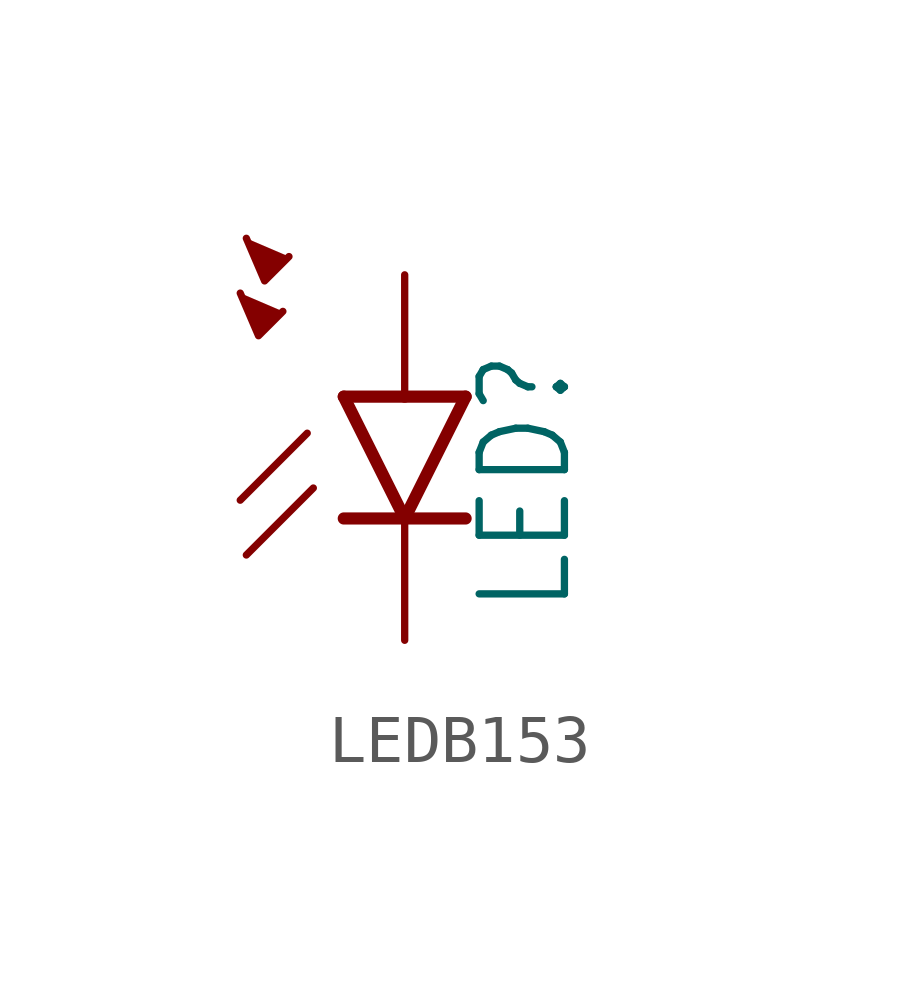
<source format=kicad_sym>
(kicad_symbol_lib
  (version 20241209)
  (generator "kicad_symbol_editor")
  (generator_version "9.0")
  (symbol "LEDB153"
    (property "Reference" "LED"
      (at 3.556 -4.572 90)
      (effects (font (size 1.778 1.511)) (justify left bottom)))
    (property "Value" ""
      (at 5.715 -4.572 90)
      (effects (font (size 1.778 1.511)) (justify left bottom)))
    (property "ki_locked" ""
      (at 0 0 0)
      (effects (font (size 1.27 1.27))))
    (symbol "LEDB153_1_0"
      (polyline (pts (xy -3.429 2.159) (xy -3.048 1.27) (xy -2.54 1.778)) (stroke (width 0.152) (type solid)) (fill (type outline)))
      (polyline (pts (xy -3.302 3.302) (xy -2.921 2.413) (xy -2.413 2.921)) (stroke (width 0.152) (type solid)) (fill (type outline)))
      (polyline (pts (xy -2.032 -0.762) (xy -3.429 -2.159)) (stroke (width 0.152) (type solid)) (fill (type none)))
      (polyline (pts (xy -1.905 -1.905) (xy -3.302 -3.302)) (stroke (width 0.152) (type solid)) (fill (type none)))
      (polyline (pts (xy 0 0) (xy -1.27 0)) (stroke (width 0.254) (type solid)) (fill (type none)))
      (polyline (pts (xy 0 -2.54) (xy -1.27 0)) (stroke (width 0.254) (type solid)) (fill (type none)))
      (polyline (pts (xy 0 -2.54) (xy -1.27 -2.54)) (stroke (width 0.254) (type solid)) (fill (type none)))
      (polyline (pts (xy 1.27 0) (xy 0 0)) (stroke (width 0.254) (type solid)) (fill (type none)))
      (polyline (pts (xy 1.27 0) (xy 0 -2.54)) (stroke (width 0.254) (type solid)) (fill (type none)))
      (polyline (pts (xy 1.27 -2.54) (xy 0 -2.54)) (stroke (width 0.254) (type solid)) (fill (type none)))
      (pin passive line (at 0 2.54 270) (length 2.54) (name "A" (effects (font (size 0 0)))) (number "A" (effects (font (size 0 0)))))
      (pin passive line (at 0 -5.08 90) (length 2.54) (name "C" (effects (font (size 0 0)))) (number "K" (effects (font (size 0 0))))))))
</source>
